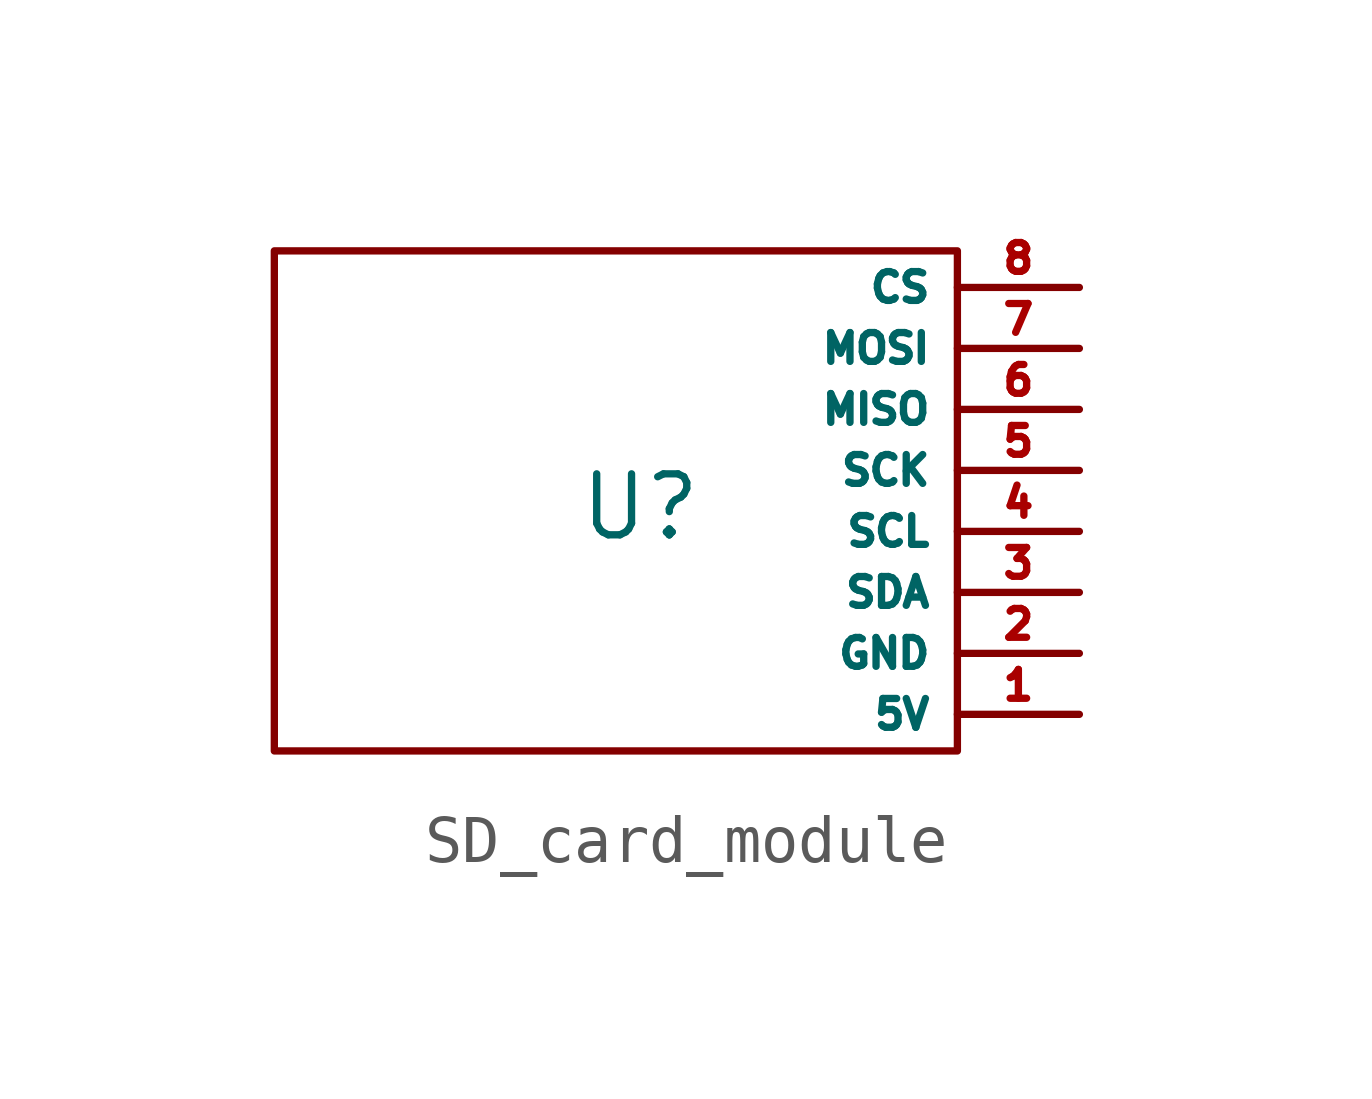
<source format=kicad_sym>
(kicad_symbol_lib
  (version 20220914)
  (generator kicad_symbol_editor)
  (symbol "SD_card_module"
    (property "Reference" "U"
      (at -1.524 0.508 0)
      (effects (font (size 1.27 1.27))))
    (property "Value" ""
      (at -1.016 -0.508 0)
      (effects (font (size 1.27 1.27))))
    (symbol "SD_card_module_0_1"
      (rectangle (start 5.08 -4.572) (end -9.144 5.842) (stroke (width 0) (type default)) (fill (type none))))
    (symbol "SD_card_module_1_1"
      (pin input line (at 7.62 -3.81 180) (length 2.54) (name "5V" (effects (font (size 0.6 0.6)))) (number "1" (effects (font (size 0.6 0.6)))))
      (pin input line (at 7.62 -2.54 180) (length 2.54) (name "GND" (effects (font (size 0.6 0.6)))) (number "2" (effects (font (size 0.6 0.6)))))
      (pin input line (at 7.62 -1.27 180) (length 2.54) (name "SDA" (effects (font (size 0.6 0.6)))) (number "3" (effects (font (size 0.6 0.6)))))
      (pin input line (at 7.62 0 180) (length 2.54) (name "SCL" (effects (font (size 0.6 0.6)))) (number "4" (effects (font (size 0.6 0.6)))))
      (pin input line (at 7.62 1.27 180) (length 2.54) (name "SCK" (effects (font (size 0.6 0.6)))) (number "5" (effects (font (size 0.6 0.6)))))
      (pin input line (at 7.62 2.54 180) (length 2.54) (name "MISO" (effects (font (size 0.6 0.6)))) (number "6" (effects (font (size 0.6 0.6)))))
      (pin input line (at 7.62 3.81 180) (length 2.54) (name "MOSI" (effects (font (size 0.6 0.6)))) (number "7" (effects (font (size 0.6 0.6)))))
      (pin input line (at 7.62 5.08 180) (length 2.54) (name "CS" (effects (font (size 0.6 0.6)))) (number "8" (effects (font (size 0.6 0.6))))))))
</source>
